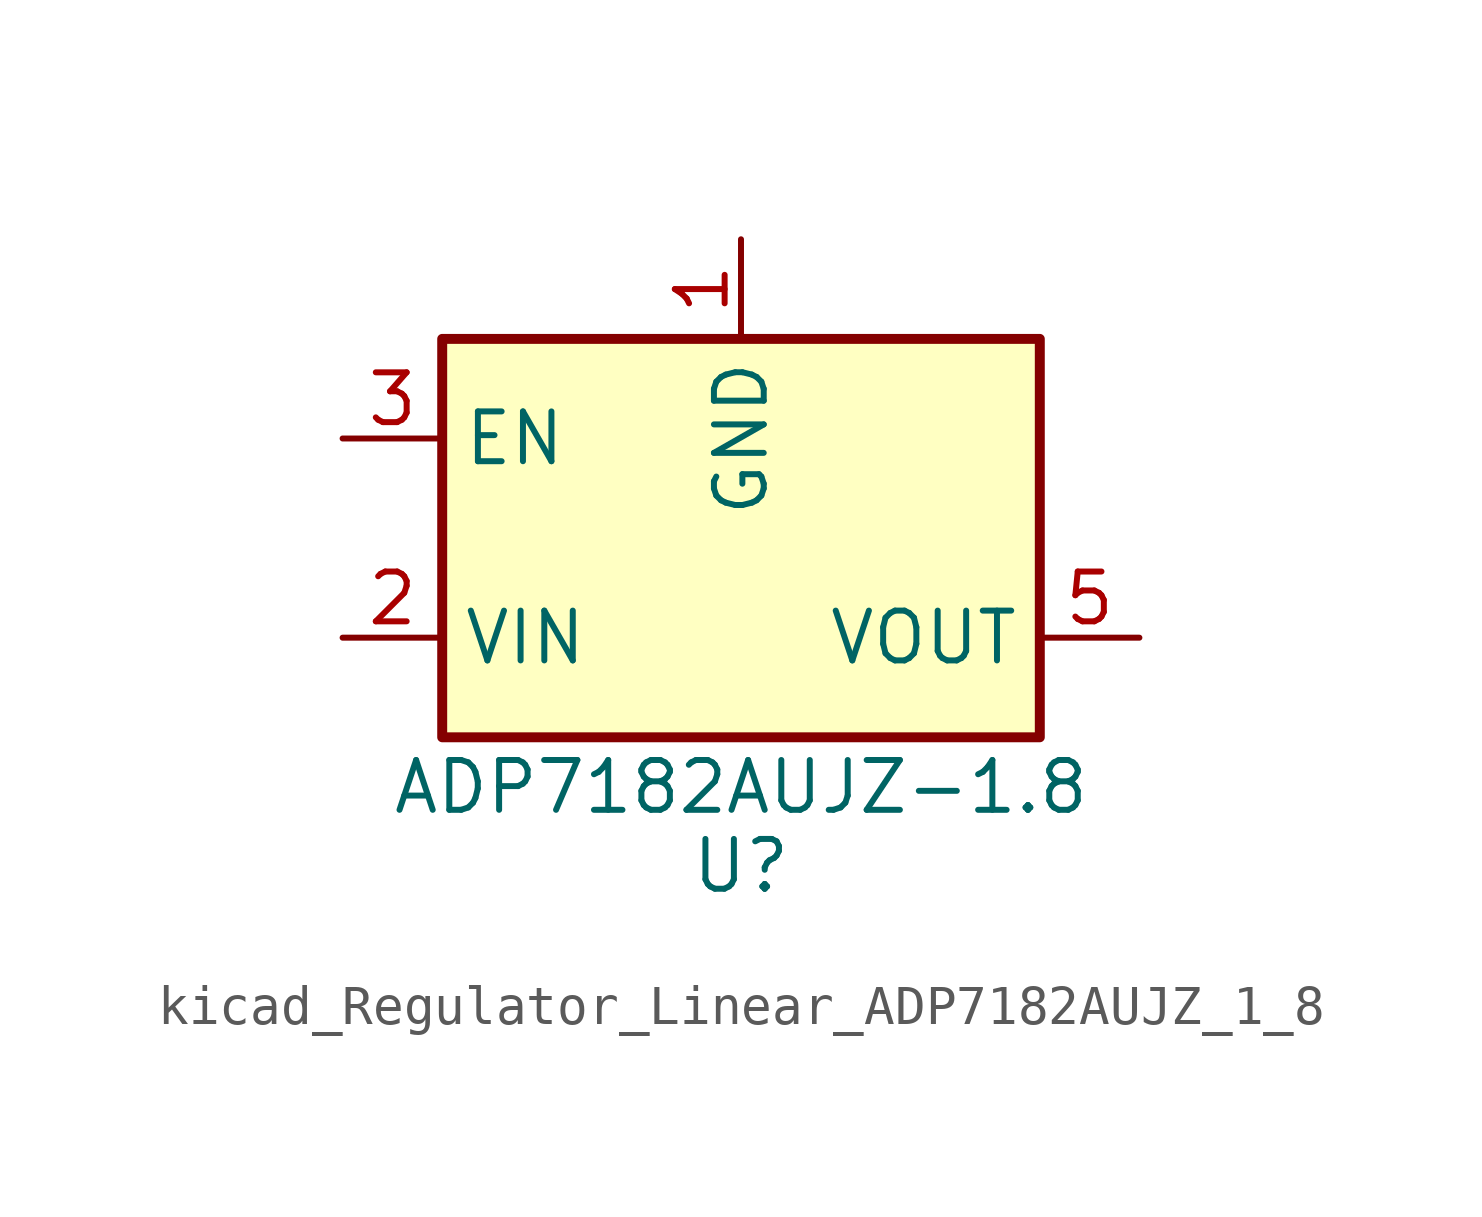
<source format=kicad_sym>
(kicad_symbol_lib
  (version 20220914)
  (generator kicad_symbol_editor)
  (symbol "kicad_Regulator_Linear_ADP7182AUJZ_1_8"
    (property "Reference" "U"
      (at 0 -7.62 0)
      (effects (font (size 1.27 1.27)) (justify top)))
    (property "Value" "ADP7182AUJZ-1.8"
      (at 0 -6.35 0)
      (effects (font (size 1.27 1.27))))
    (symbol "kicad_Regulator_Linear_ADP7182AUJZ_1_8_0_1"
      (rectangle (start -7.62 5.08) (end 7.62 -5.08) (stroke (width 0.254) (type default)) (fill (type background))))
    (symbol "kicad_Regulator_Linear_ADP7182AUJZ_1_8_1_1"
      (pin power_in line (at 0 7.62 270) (length 2.54) (name "GND" (effects (font (size 1.27 1.27)))) (number "1" (effects (font (size 1.27 1.27)))))
      (pin power_in line (at -10.16 -2.54 0) (length 2.54) (name "VIN" (effects (font (size 1.27 1.27)))) (number "2" (effects (font (size 1.27 1.27)))))
      (pin input line (at -10.16 2.54 0) (length 2.54) (name "EN" (effects (font (size 1.27 1.27)))) (number "3" (effects (font (size 1.27 1.27)))))
      (pin no_connect line (at 7.62 0 180) (length 2.54) hide (name "NC" (effects (font (size 1.27 1.27)))) (number "4" (effects (font (size 1.27 1.27)))))
      (pin power_out line (at 10.16 -2.54 180) (length 2.54) (name "VOUT" (effects (font (size 1.27 1.27)))) (number "5" (effects (font (size 1.27 1.27))))))))
</source>
